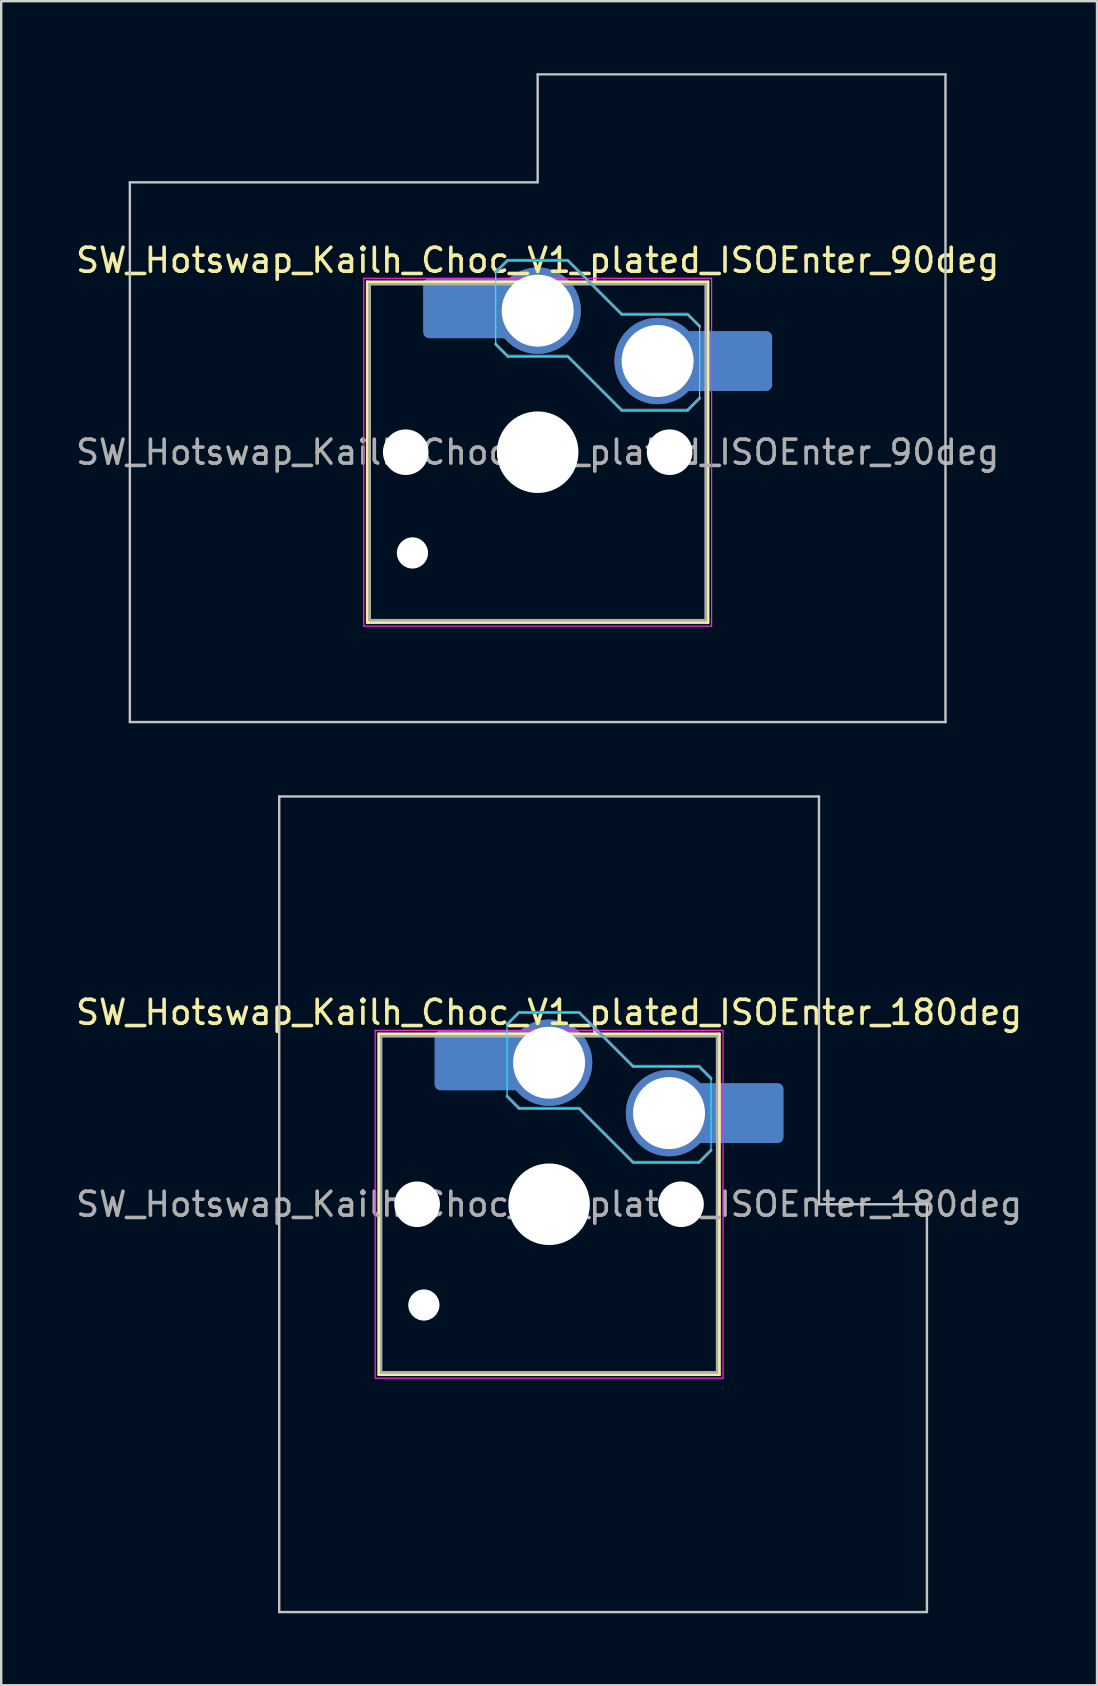
<source format=kicad_pcb>
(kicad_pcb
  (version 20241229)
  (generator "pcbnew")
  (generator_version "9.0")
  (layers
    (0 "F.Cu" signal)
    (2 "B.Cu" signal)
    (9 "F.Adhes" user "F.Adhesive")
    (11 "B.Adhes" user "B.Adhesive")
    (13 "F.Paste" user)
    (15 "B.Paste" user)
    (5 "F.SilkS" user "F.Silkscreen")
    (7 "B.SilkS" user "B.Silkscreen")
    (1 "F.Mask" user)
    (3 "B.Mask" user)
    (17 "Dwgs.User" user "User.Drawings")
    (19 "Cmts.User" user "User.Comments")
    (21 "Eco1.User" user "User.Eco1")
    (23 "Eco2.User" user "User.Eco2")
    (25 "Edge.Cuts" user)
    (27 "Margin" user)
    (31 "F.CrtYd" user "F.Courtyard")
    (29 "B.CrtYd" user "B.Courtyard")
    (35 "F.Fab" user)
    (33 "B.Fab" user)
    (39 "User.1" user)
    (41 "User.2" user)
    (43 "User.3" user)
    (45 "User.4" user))
  (footprint "SW_Hotswap_Kailh_Choc_V1_plated_ISOEnter_180deg"
    (layer "F.Cu")
    (at 19.839 47.15)
    (property "Reference" "SW_Hotswap_Kailh_Choc_V1_plated_ISOEnter_180deg" (at 0 -8 0) (layer "F.SilkS") (effects (font (size 1 1) (thickness 0.15))))
    (attr smd)
    (fp_line (start -7.1 -7.1) (end -7.1 7.1) (stroke (width 0.12) (type solid)) (layer "F.SilkS"))
    (fp_line (start -7.1 7.1) (end 7.1 7.1) (stroke (width 0.12) (type solid)) (layer "F.SilkS"))
    (fp_line (start 7.1 -7.1) (end -7.1 -7.1) (stroke (width 0.12) (type solid)) (layer "F.SilkS"))
    (fp_line (start 7.1 7.1) (end 7.1 -7.1) (stroke (width 0.12) (type solid)) (layer "F.SilkS"))
    (fp_line (start -1.75 -7.5) (end -1.25 -8) (stroke (width 0.12) (type solid)) (layer "B.SilkS"))
    (fp_line (start -1.25 -8) (end 1.25 -8) (stroke (width 0.12) (type solid)) (layer "B.SilkS"))
    (fp_line (start -1.25 -4) (end -1.75 -4.5) (stroke (width 0.12) (type solid)) (layer "B.SilkS"))
    (fp_line (start 1.25 -8) (end 3.5 -5.75) (stroke (width 0.12) (type solid)) (layer "B.SilkS"))
    (fp_line (start 1.25 -4) (end -1.25 -4) (stroke (width 0.12) (type solid)) (layer "B.SilkS"))
    (fp_line (start 3.5 -5.75) (end 6.25 -5.75) (stroke (width 0.12) (type solid)) (layer "B.SilkS"))
    (fp_line (start 3.5 -1.75) (end 1.25 -4) (stroke (width 0.12) (type solid)) (layer "B.SilkS"))
    (fp_line (start 6.25 -5.75) (end 6.75 -5.25) (stroke (width 0.12) (type solid)) (layer "B.SilkS"))
    (fp_line (start 6.25 -1.75) (end 3.5 -1.75) (stroke (width 0.12) (type solid)) (layer "B.SilkS"))
    (fp_line (start 6.75 -2.25) (end 6.25 -1.75) (stroke (width 0.12) (type solid)) (layer "B.SilkS"))
    (fp_line (start -11.25 -17) (end -11.25 17) (stroke (width 0.1) (type solid)) (layer "Dwgs.User"))
    (fp_line (start -11.25 17) (end 15.75 17) (stroke (width 0.1) (type solid)) (layer "Dwgs.User"))
    (fp_line (start 11.25 -17) (end -11.25 -17) (stroke (width 0.1) (type solid)) (layer "Dwgs.User"))
    (fp_line (start 11.25 0) (end 11.25 -17) (stroke (width 0.1) (type solid)) (layer "Dwgs.User"))
    (fp_line (start 15.75 0) (end 11.25 0) (stroke (width 0.1) (type solid)) (layer "Dwgs.User"))
    (fp_line (start 15.75 17) (end 15.75 0) (stroke (width 0.1) (type solid)) (layer "Dwgs.User"))
    (fp_line (start -1.75 -7.5) (end -1.25 -8) (stroke (width 0.05) (type solid)) (layer "B.CrtYd"))
    (fp_line (start -1.75 -4.5) (end -1.75 -7.5) (stroke (width 0.05) (type solid)) (layer "B.CrtYd"))
    (fp_line (start -1.25 -8) (end 1.25 -8) (stroke (width 0.05) (type solid)) (layer "B.CrtYd"))
    (fp_line (start -1.25 -4) (end -1.75 -4.5) (stroke (width 0.05) (type solid)) (layer "B.CrtYd"))
    (fp_line (start 1.25 -8) (end 3.5 -5.75) (stroke (width 0.05) (type solid)) (layer "B.CrtYd"))
    (fp_line (start 1.25 -4) (end -1.25 -4) (stroke (width 0.05) (type solid)) (layer "B.CrtYd"))
    (fp_line (start 3.5 -5.75) (end 6.25 -5.75) (stroke (width 0.05) (type solid)) (layer "B.CrtYd"))
    (fp_line (start 3.5 -1.75) (end 1.25 -4) (stroke (width 0.05) (type solid)) (layer "B.CrtYd"))
    (fp_line (start 6.25 -5.75) (end 6.75 -5.25) (stroke (width 0.05) (type solid)) (layer "B.CrtYd"))
    (fp_line (start 6.25 -1.75) (end 3.5 -1.75) (stroke (width 0.05) (type solid)) (layer "B.CrtYd"))
    (fp_line (start 6.75 -5.25) (end 6.75 -2.25) (stroke (width 0.05) (type solid)) (layer "B.CrtYd"))
    (fp_line (start 6.75 -2.25) (end 6.25 -1.75) (stroke (width 0.05) (type solid)) (layer "B.CrtYd"))
    (fp_line (start -7.25 -7.25) (end -7.25 7.25) (stroke (width 0.05) (type solid)) (layer "F.CrtYd"))
    (fp_line (start -7.25 7.25) (end 7.25 7.25) (stroke (width 0.05) (type solid)) (layer "F.CrtYd"))
    (fp_line (start 7.25 -7.25) (end -7.25 -7.25) (stroke (width 0.05) (type solid)) (layer "F.CrtYd"))
    (fp_line (start 7.25 7.25) (end 7.25 -7.25) (stroke (width 0.05) (type solid)) (layer "F.CrtYd"))
    (fp_line (start -1.75 -7.5) (end -1.25 -8) (stroke (width 0.1) (type solid)) (layer "B.Fab"))
    (fp_line (start -1.25 -8) (end 1.25 -8) (stroke (width 0.1) (type solid)) (layer "B.Fab"))
    (fp_line (start -1.25 -4) (end -1.75 -4.5) (stroke (width 0.1) (type solid)) (layer "B.Fab"))
    (fp_line (start 1.25 -8) (end 3.5 -5.75) (stroke (width 0.1) (type solid)) (layer "B.Fab"))
    (fp_line (start 1.25 -4) (end -1.25 -4) (stroke (width 0.1) (type solid)) (layer "B.Fab"))
    (fp_line (start 3.5 -5.75) (end 6.25 -5.75) (stroke (width 0.1) (type solid)) (layer "B.Fab"))
    (fp_line (start 3.5 -1.75) (end 1.25 -4) (stroke (width 0.1) (type solid)) (layer "B.Fab"))
    (fp_line (start 6.25 -5.75) (end 6.75 -5.25) (stroke (width 0.1) (type solid)) (layer "B.Fab"))
    (fp_line (start 6.25 -1.75) (end 3.5 -1.75) (stroke (width 0.1) (type solid)) (layer "B.Fab"))
    (fp_line (start 6.75 -2.25) (end 6.25 -1.75) (stroke (width 0.1) (type solid)) (layer "B.Fab"))
    (fp_line (start -7 -7) (end -7 7) (stroke (width 0.1) (type solid)) (layer "F.Fab"))
    (fp_line (start -7 7) (end 7 7) (stroke (width 0.1) (type solid)) (layer "F.Fab"))
    (fp_line (start 7 -7) (end -7 -7) (stroke (width 0.1) (type solid)) (layer "F.Fab"))
    (fp_line (start 7 7) (end 7 -7) (stroke (width 0.1) (type solid)) (layer "F.Fab"))
    (fp_text user "${REFERENCE}" (at 0 0 0) (layer "F.Fab") (effects (font (size 1 1) (thickness 0.15))))
    (pad "" np_thru_hole circle (at -5.5 0) (size 1.9 1.9) (drill 1.9) (layers "*.Cu" "*.Mask"))
    (pad "" np_thru_hole circle (at -5.22 4.2) (size 1.3 1.3) (drill 1.3) (layers "*.Cu" "*.Mask"))
    (pad "" smd roundrect (at -3.5 -6) (size 2.55 2.5) (layers "B.Mask" "B.Paste") (roundrect_rratio 0.1))
    (pad "" np_thru_hole circle (at 0 0) (size 3.4 3.4) (drill 3.4) (layers "*.Cu" "*.Mask"))
    (pad "" np_thru_hole circle (at 5.5 0) (size 1.9 1.9) (drill 1.9) (layers "*.Cu" "*.Mask"))
    (pad "" smd roundrect (at 8.5 -3.8) (size 2.55 2.5) (layers "B.Mask" "B.Paste") (roundrect_rratio 0.1))
    (pad "1" smd roundrect (at -2.85 -6) (size 3.85 2.5) (layers "B.Cu") (roundrect_rratio 0.1))
    (pad "1" thru_hole circle (at 0 -5.9) (size 3.6 3.6) (drill 3) (layers "*.Cu" "B.Mask"))
    (pad "2" thru_hole circle (at 5 -3.8) (size 3.6 3.6) (drill 3) (layers "*.Cu" "B.Mask"))
    (pad "2" smd roundrect (at 7.85 -3.8) (size 3.85 2.5) (layers "B.Cu") (roundrect_rratio 0.1)))
  (footprint "SW_Hotswap_Kailh_Choc_V1_plated_ISOEnter_90deg"
    (layer "F.Cu")
    (at 19.363 15.8)
    (property "Reference" "SW_Hotswap_Kailh_Choc_V1_plated_ISOEnter_90deg" (at 0 -8 0) (layer "F.SilkS") (effects (font (size 1 1) (thickness 0.15))))
    (attr smd)
    (fp_line (start -7.1 -7.1) (end -7.1 7.1) (stroke (width 0.12) (type solid)) (layer "F.SilkS"))
    (fp_line (start -7.1 7.1) (end 7.1 7.1) (stroke (width 0.12) (type solid)) (layer "F.SilkS"))
    (fp_line (start 7.1 -7.1) (end -7.1 -7.1) (stroke (width 0.12) (type solid)) (layer "F.SilkS"))
    (fp_line (start 7.1 7.1) (end 7.1 -7.1) (stroke (width 0.12) (type solid)) (layer "F.SilkS"))
    (fp_line (start -1.75 -7.5) (end -1.25 -8) (stroke (width 0.12) (type solid)) (layer "B.SilkS"))
    (fp_line (start -1.25 -8) (end 1.25 -8) (stroke (width 0.12) (type solid)) (layer "B.SilkS"))
    (fp_line (start -1.25 -4) (end -1.75 -4.5) (stroke (width 0.12) (type solid)) (layer "B.SilkS"))
    (fp_line (start 1.25 -8) (end 3.5 -5.75) (stroke (width 0.12) (type solid)) (layer "B.SilkS"))
    (fp_line (start 1.25 -4) (end -1.25 -4) (stroke (width 0.12) (type solid)) (layer "B.SilkS"))
    (fp_line (start 3.5 -5.75) (end 6.25 -5.75) (stroke (width 0.12) (type solid)) (layer "B.SilkS"))
    (fp_line (start 3.5 -1.75) (end 1.25 -4) (stroke (width 0.12) (type solid)) (layer "B.SilkS"))
    (fp_line (start 6.25 -5.75) (end 6.75 -5.25) (stroke (width 0.12) (type solid)) (layer "B.SilkS"))
    (fp_line (start 6.25 -1.75) (end 3.5 -1.75) (stroke (width 0.12) (type solid)) (layer "B.SilkS"))
    (fp_line (start 6.75 -2.25) (end 6.25 -1.75) (stroke (width 0.12) (type solid)) (layer "B.SilkS"))
    (fp_line (start -17 -11.25) (end -17 11.25) (stroke (width 0.1) (type solid)) (layer "Dwgs.User"))
    (fp_line (start -17 11.25) (end 17 11.25) (stroke (width 0.1) (type solid)) (layer "Dwgs.User"))
    (fp_line (start 0 -15.75) (end 0 -11.25) (stroke (width 0.1) (type solid)) (layer "Dwgs.User"))
    (fp_line (start 0 -11.25) (end -17 -11.25) (stroke (width 0.1) (type solid)) (layer "Dwgs.User"))
    (fp_line (start 17 -15.75) (end 0 -15.75) (stroke (width 0.1) (type solid)) (layer "Dwgs.User"))
    (fp_line (start 17 11.25) (end 17 -15.75) (stroke (width 0.1) (type solid)) (layer "Dwgs.User"))
    (fp_line (start -1.75 -7.5) (end -1.25 -8) (stroke (width 0.05) (type solid)) (layer "B.CrtYd"))
    (fp_line (start -1.75 -4.5) (end -1.75 -7.5) (stroke (width 0.05) (type solid)) (layer "B.CrtYd"))
    (fp_line (start -1.25 -8) (end 1.25 -8) (stroke (width 0.05) (type solid)) (layer "B.CrtYd"))
    (fp_line (start -1.25 -4) (end -1.75 -4.5) (stroke (width 0.05) (type solid)) (layer "B.CrtYd"))
    (fp_line (start 1.25 -8) (end 3.5 -5.75) (stroke (width 0.05) (type solid)) (layer "B.CrtYd"))
    (fp_line (start 1.25 -4) (end -1.25 -4) (stroke (width 0.05) (type solid)) (layer "B.CrtYd"))
    (fp_line (start 3.5 -5.75) (end 6.25 -5.75) (stroke (width 0.05) (type solid)) (layer "B.CrtYd"))
    (fp_line (start 3.5 -1.75) (end 1.25 -4) (stroke (width 0.05) (type solid)) (layer "B.CrtYd"))
    (fp_line (start 6.25 -5.75) (end 6.75 -5.25) (stroke (width 0.05) (type solid)) (layer "B.CrtYd"))
    (fp_line (start 6.25 -1.75) (end 3.5 -1.75) (stroke (width 0.05) (type solid)) (layer "B.CrtYd"))
    (fp_line (start 6.75 -5.25) (end 6.75 -2.25) (stroke (width 0.05) (type solid)) (layer "B.CrtYd"))
    (fp_line (start 6.75 -2.25) (end 6.25 -1.75) (stroke (width 0.05) (type solid)) (layer "B.CrtYd"))
    (fp_line (start -7.25 -7.25) (end -7.25 7.25) (stroke (width 0.05) (type solid)) (layer "F.CrtYd"))
    (fp_line (start -7.25 7.25) (end 7.25 7.25) (stroke (width 0.05) (type solid)) (layer "F.CrtYd"))
    (fp_line (start 7.25 -7.25) (end -7.25 -7.25) (stroke (width 0.05) (type solid)) (layer "F.CrtYd"))
    (fp_line (start 7.25 7.25) (end 7.25 -7.25) (stroke (width 0.05) (type solid)) (layer "F.CrtYd"))
    (fp_line (start -1.75 -7.5) (end -1.25 -8) (stroke (width 0.1) (type solid)) (layer "B.Fab"))
    (fp_line (start -1.25 -8) (end 1.25 -8) (stroke (width 0.1) (type solid)) (layer "B.Fab"))
    (fp_line (start -1.25 -4) (end -1.75 -4.5) (stroke (width 0.1) (type solid)) (layer "B.Fab"))
    (fp_line (start 1.25 -8) (end 3.5 -5.75) (stroke (width 0.1) (type solid)) (layer "B.Fab"))
    (fp_line (start 1.25 -4) (end -1.25 -4) (stroke (width 0.1) (type solid)) (layer "B.Fab"))
    (fp_line (start 3.5 -5.75) (end 6.25 -5.75) (stroke (width 0.1) (type solid)) (layer "B.Fab"))
    (fp_line (start 3.5 -1.75) (end 1.25 -4) (stroke (width 0.1) (type solid)) (layer "B.Fab"))
    (fp_line (start 6.25 -5.75) (end 6.75 -5.25) (stroke (width 0.1) (type solid)) (layer "B.Fab"))
    (fp_line (start 6.25 -1.75) (end 3.5 -1.75) (stroke (width 0.1) (type solid)) (layer "B.Fab"))
    (fp_line (start 6.75 -2.25) (end 6.25 -1.75) (stroke (width 0.1) (type solid)) (layer "B.Fab"))
    (fp_line (start -7 -7) (end -7 7) (stroke (width 0.1) (type solid)) (layer "F.Fab"))
    (fp_line (start -7 7) (end 7 7) (stroke (width 0.1) (type solid)) (layer "F.Fab"))
    (fp_line (start 7 -7) (end -7 -7) (stroke (width 0.1) (type solid)) (layer "F.Fab"))
    (fp_line (start 7 7) (end 7 -7) (stroke (width 0.1) (type solid)) (layer "F.Fab"))
    (fp_text user "${REFERENCE}" (at 0 0 0) (layer "F.Fab") (effects (font (size 1 1) (thickness 0.15))))
    (pad "" np_thru_hole circle (at -5.5 0) (size 1.9 1.9) (drill 1.9) (layers "*.Cu" "*.Mask"))
    (pad "" np_thru_hole circle (at -5.22 4.2) (size 1.3 1.3) (drill 1.3) (layers "*.Cu" "*.Mask"))
    (pad "" smd roundrect (at -3.5 -6) (size 2.55 2.5) (layers "B.Mask" "B.Paste") (roundrect_rratio 0.1))
    (pad "" np_thru_hole circle (at 0 0) (size 3.4 3.4) (drill 3.4) (layers "*.Cu" "*.Mask"))
    (pad "" np_thru_hole circle (at 5.5 0) (size 1.9 1.9) (drill 1.9) (layers "*.Cu" "*.Mask"))
    (pad "" smd roundrect (at 8.5 -3.8) (size 2.55 2.5) (layers "B.Mask" "B.Paste") (roundrect_rratio 0.1))
    (pad "1" smd roundrect (at -2.85 -6) (size 3.85 2.5) (layers "B.Cu") (roundrect_rratio 0.1))
    (pad "1" thru_hole circle (at 0 -5.9) (size 3.6 3.6) (drill 3) (layers "*.Cu" "B.Mask"))
    (pad "2" thru_hole circle (at 5 -3.8) (size 3.6 3.6) (drill 3) (layers "*.Cu" "B.Mask"))
    (pad "2" smd roundrect (at 7.85 -3.8) (size 3.85 2.5) (layers "B.Cu") (roundrect_rratio 0.1)))
  (gr_rect
    (start -3 -3)
    (end 42.679 67.2)
    (stroke (width 0.1) (type default))
    (fill no)
    (layer "Edge.Cuts")))
</source>
